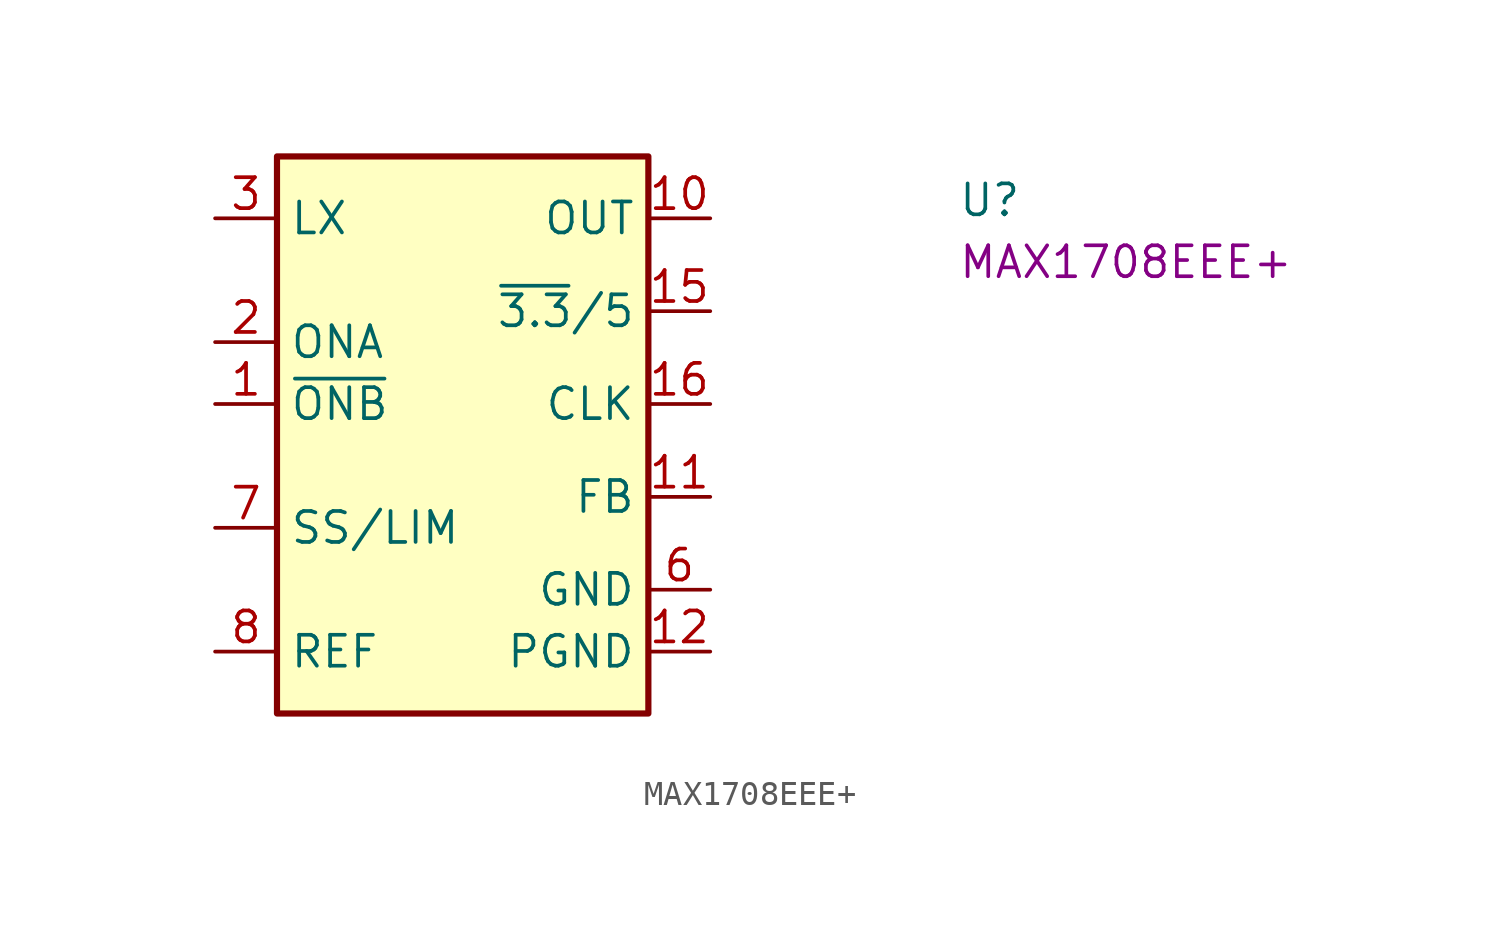
<source format=kicad_sym>
(kicad_symbol_lib
  (version 20220914)
  (generator kicad_symbol_editor)
  (symbol "MAX1708EEE+"
    (property "Reference" "U"
      (at 30.48 0 0)
      (effects (font (size 1.27 1.27) (thickness 0.15)) (justify left bottom)))
    (property "MPN" "MAX1708EEE+"
      (at 30.48 -2.54 0)
      (effects (font (size 1.27 1.27) (thickness 0.15)) (justify left bottom)))
    (symbol "MAX1708EEE+_1_1"
      (rectangle (start 2.54 2.54) (end 17.78 -20.32) (stroke (width 0.254) (type default)) (fill (type background)))
      (pin input line (at 0 -7.62 0) (length 2.54) (name "~{ONB}" (effects (font (size 1.27 1.27)))) (number "1" (effects (font (size 1.27 1.27)))))
      (pin input line (at 20.32 0 180) (length 2.54) (name "OUT" (effects (font (size 1.27 1.27)))) (number "10" (effects (font (size 1.27 1.27)))))
      (pin input line (at 20.32 -11.43 180) (length 2.54) (name "FB" (effects (font (size 1.27 1.27)))) (number "11" (effects (font (size 1.27 1.27)))))
      (pin passive line (at 20.32 -17.78 180) (length 2.54) (name "PGND" (effects (font (size 1.27 1.27)))) (number "12" (effects (font (size 1.27 1.27)))))
      (pin passive line (at 20.32 -17.78 180) (length 2.54) hide (name "PGND" (effects (font (size 1.27 1.27)))) (number "13" (effects (font (size 1.27 1.27)))))
      (pin passive line (at 20.32 -17.78 180) (length 2.54) hide (name "PGND" (effects (font (size 1.27 1.27)))) (number "14" (effects (font (size 1.27 1.27)))))
      (pin input line (at 20.32 -3.81 180) (length 2.54) (name "~{3.3}/5" (effects (font (size 1.27 1.27)))) (number "15" (effects (font (size 1.27 1.27)))))
      (pin input line (at 20.32 -7.62 180) (length 2.54) (name "CLK" (effects (font (size 1.27 1.27)))) (number "16" (effects (font (size 1.27 1.27)))))
      (pin input line (at 0 -5.08 0) (length 2.54) (name "ONA" (effects (font (size 1.27 1.27)))) (number "2" (effects (font (size 1.27 1.27)))))
      (pin passive line (at 0 0 0) (length 2.54) (name "LX" (effects (font (size 1.27 1.27)))) (number "3" (effects (font (size 1.27 1.27)))))
      (pin passive line (at 0 0 0) (length 2.54) hide (name "LX" (effects (font (size 1.27 1.27)))) (number "4" (effects (font (size 1.27 1.27)))))
      (pin passive line (at 0 0 0) (length 2.54) hide (name "LX" (effects (font (size 1.27 1.27)))) (number "5" (effects (font (size 1.27 1.27)))))
      (pin passive line (at 20.32 -15.24 180) (length 2.54) (name "GND" (effects (font (size 1.27 1.27)))) (number "6" (effects (font (size 1.27 1.27)))))
      (pin input line (at 0 -12.7 0) (length 2.54) (name "SS/LIM" (effects (font (size 1.27 1.27)))) (number "7" (effects (font (size 1.27 1.27)))))
      (pin output line (at 0 -17.78 0) (length 2.54) (name "REF" (effects (font (size 1.27 1.27)))) (number "8" (effects (font (size 1.27 1.27)))))
      (pin passive line (at 20.32 -15.24 180) (length 2.54) hide (name "GND" (effects (font (size 1.27 1.27)))) (number "9" (effects (font (size 1.27 1.27))))))))
</source>
